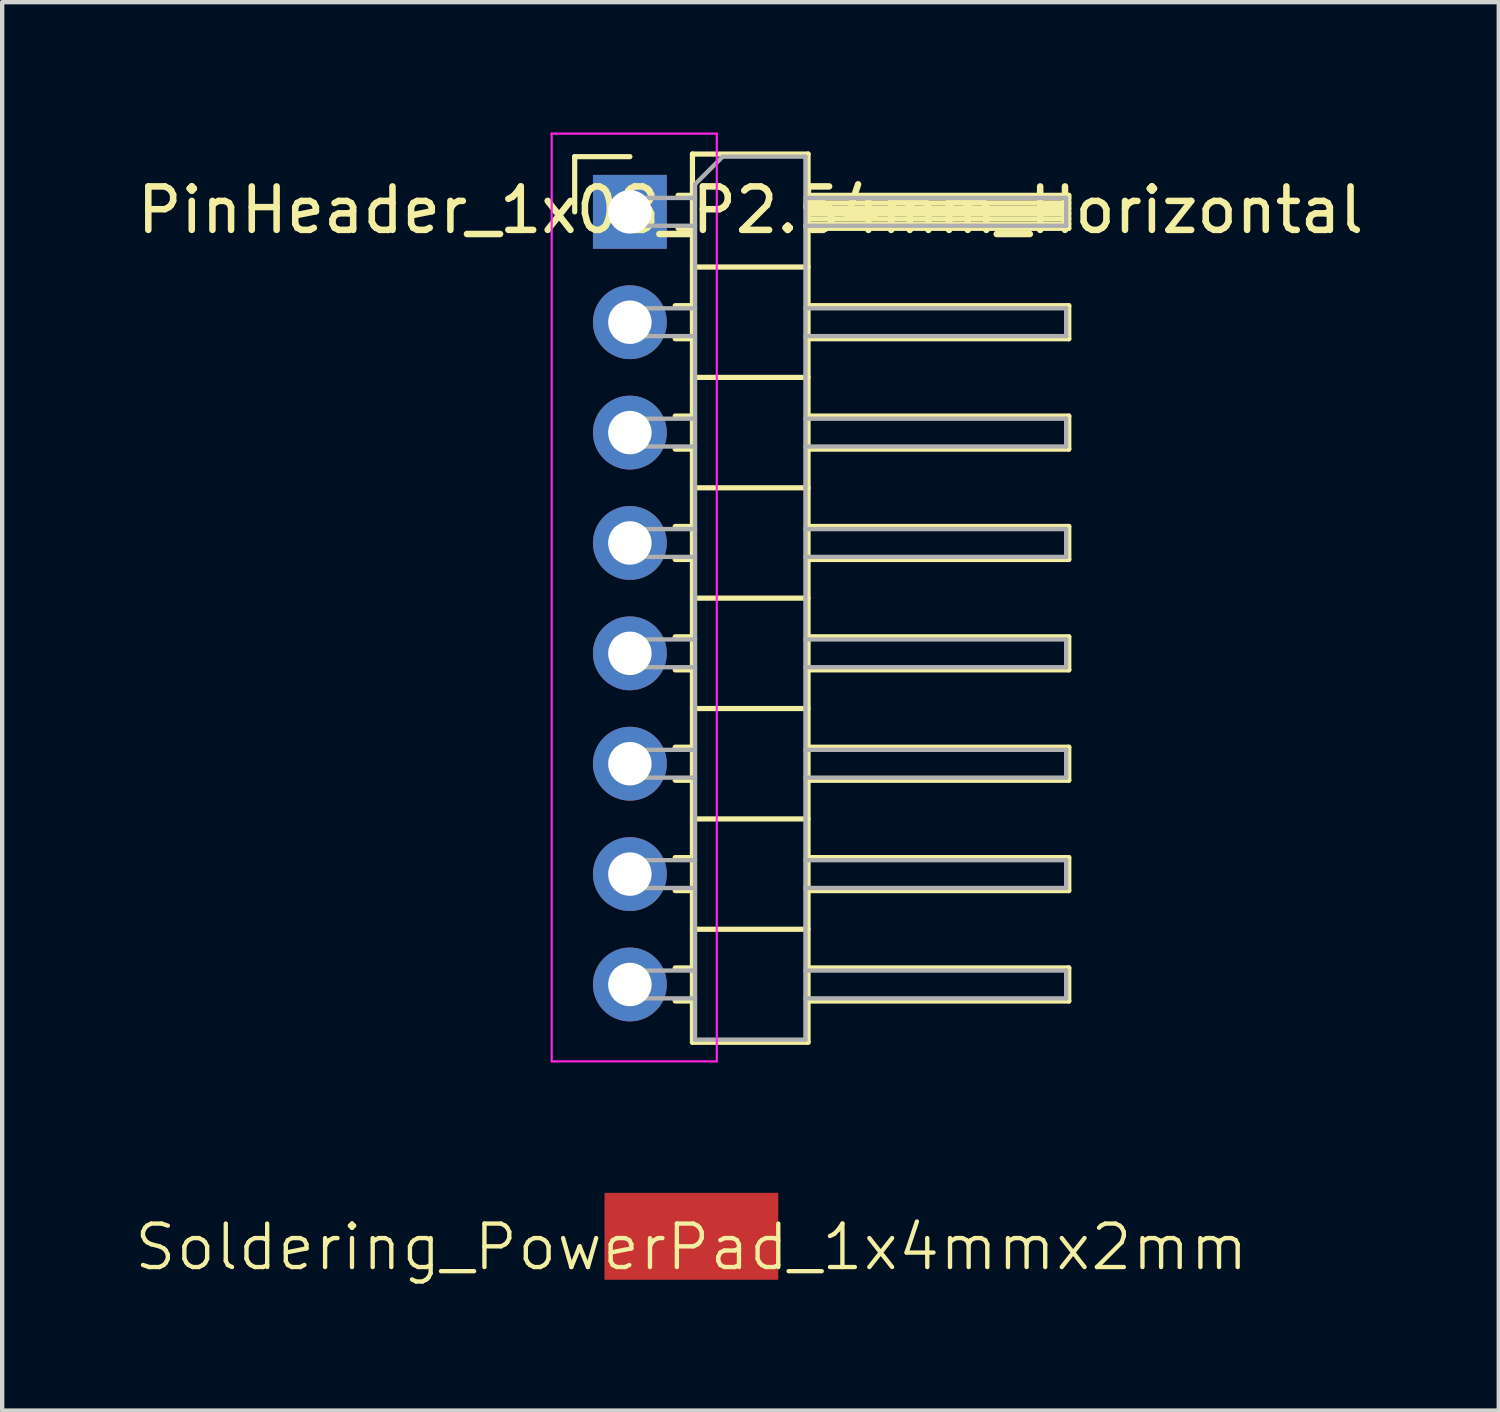
<source format=kicad_pcb>
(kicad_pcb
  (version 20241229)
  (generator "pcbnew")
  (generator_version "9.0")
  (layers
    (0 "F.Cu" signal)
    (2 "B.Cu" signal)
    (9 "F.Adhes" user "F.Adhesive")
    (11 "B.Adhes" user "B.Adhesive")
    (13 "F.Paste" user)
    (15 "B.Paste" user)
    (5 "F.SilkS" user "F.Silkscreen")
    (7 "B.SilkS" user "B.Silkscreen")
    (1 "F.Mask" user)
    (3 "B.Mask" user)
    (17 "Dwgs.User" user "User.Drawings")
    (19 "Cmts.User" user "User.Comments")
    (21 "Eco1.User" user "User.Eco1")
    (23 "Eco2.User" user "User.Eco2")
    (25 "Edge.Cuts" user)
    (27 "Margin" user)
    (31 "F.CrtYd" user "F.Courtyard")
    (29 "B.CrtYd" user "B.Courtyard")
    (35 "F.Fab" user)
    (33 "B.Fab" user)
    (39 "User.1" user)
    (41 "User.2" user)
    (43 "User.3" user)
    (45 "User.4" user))
  (footprint "Soldering_PowerPad_1x4mmx2mm"
    (layer "F.Cu")
    (at 12.86 25.4)
    (property "Reference" "Soldering_PowerPad_1x4mmx2mm" (at 0 0.25 0) (unlocked yes) (layer "F.SilkS") (effects (font (size 1 1) (thickness 0.1))))
    (attr smd)
    (pad "1" smd rect (at 0 0) (size 4 2) (layers "F.Cu" "F.Mask" "F.Paste")))
  (footprint "PinHeader_1x08_P2.54mm_Horizontal"
    (layer "F.Cu")
    (at 11.445 1.825)
    (property "Reference" "PinHeader_1x08_P2.54mm_Horizontal" (at 2.775 -0.04 180) (layer "F.SilkS") (effects (font (size 1 1) (thickness 0.15))))
    (attr through_hole board_only)
    (fp_line (start -1.27 -1.27) (end 0 -1.27) (stroke (width 0.12) (type solid)) (layer "F.SilkS"))
    (fp_line (start -1.27 0) (end -1.27 -1.27) (stroke (width 0.12) (type solid)) (layer "F.SilkS"))
    (fp_line (start 1.043 2.16) (end 1.44 2.16) (stroke (width 0.12) (type solid)) (layer "F.SilkS"))
    (fp_line (start 1.043 2.92) (end 1.44 2.92) (stroke (width 0.12) (type solid)) (layer "F.SilkS"))
    (fp_line (start 1.043 4.7) (end 1.44 4.7) (stroke (width 0.12) (type solid)) (layer "F.SilkS"))
    (fp_line (start 1.043 5.46) (end 1.44 5.46) (stroke (width 0.12) (type solid)) (layer "F.SilkS"))
    (fp_line (start 1.043 7.24) (end 1.44 7.24) (stroke (width 0.12) (type solid)) (layer "F.SilkS"))
    (fp_line (start 1.043 8) (end 1.44 8) (stroke (width 0.12) (type solid)) (layer "F.SilkS"))
    (fp_line (start 1.043 9.78) (end 1.44 9.78) (stroke (width 0.12) (type solid)) (layer "F.SilkS"))
    (fp_line (start 1.043 10.54) (end 1.44 10.54) (stroke (width 0.12) (type solid)) (layer "F.SilkS"))
    (fp_line (start 1.043 12.32) (end 1.44 12.32) (stroke (width 0.12) (type solid)) (layer "F.SilkS"))
    (fp_line (start 1.043 13.08) (end 1.44 13.08) (stroke (width 0.12) (type solid)) (layer "F.SilkS"))
    (fp_line (start 1.043 14.86) (end 1.44 14.86) (stroke (width 0.12) (type solid)) (layer "F.SilkS"))
    (fp_line (start 1.043 15.62) (end 1.44 15.62) (stroke (width 0.12) (type solid)) (layer "F.SilkS"))
    (fp_line (start 1.043 17.4) (end 1.44 17.4) (stroke (width 0.12) (type solid)) (layer "F.SilkS"))
    (fp_line (start 1.043 18.16) (end 1.44 18.16) (stroke (width 0.12) (type solid)) (layer "F.SilkS"))
    (fp_line (start 1.11 -0.38) (end 1.44 -0.38) (stroke (width 0.12) (type solid)) (layer "F.SilkS"))
    (fp_line (start 1.11 0.38) (end 1.44 0.38) (stroke (width 0.12) (type solid)) (layer "F.SilkS"))
    (fp_line (start 1.44 -1.33) (end 1.44 19.11) (stroke (width 0.12) (type solid)) (layer "F.SilkS"))
    (fp_line (start 1.44 1.27) (end 4.1 1.27) (stroke (width 0.12) (type solid)) (layer "F.SilkS"))
    (fp_line (start 1.44 3.81) (end 4.1 3.81) (stroke (width 0.12) (type solid)) (layer "F.SilkS"))
    (fp_line (start 1.44 6.35) (end 4.1 6.35) (stroke (width 0.12) (type solid)) (layer "F.SilkS"))
    (fp_line (start 1.44 8.89) (end 4.1 8.89) (stroke (width 0.12) (type solid)) (layer "F.SilkS"))
    (fp_line (start 1.44 11.43) (end 4.1 11.43) (stroke (width 0.12) (type solid)) (layer "F.SilkS"))
    (fp_line (start 1.44 13.97) (end 4.1 13.97) (stroke (width 0.12) (type solid)) (layer "F.SilkS"))
    (fp_line (start 1.44 16.51) (end 4.1 16.51) (stroke (width 0.12) (type solid)) (layer "F.SilkS"))
    (fp_line (start 1.44 19.11) (end 4.1 19.11) (stroke (width 0.12) (type solid)) (layer "F.SilkS"))
    (fp_line (start 4.1 -1.33) (end 1.44 -1.33) (stroke (width 0.12) (type solid)) (layer "F.SilkS"))
    (fp_line (start 4.1 -0.38) (end 10.1 -0.38) (stroke (width 0.12) (type solid)) (layer "F.SilkS"))
    (fp_line (start 4.1 -0.32) (end 10.1 -0.32) (stroke (width 0.12) (type solid)) (layer "F.SilkS"))
    (fp_line (start 4.1 -0.2) (end 10.1 -0.2) (stroke (width 0.12) (type solid)) (layer "F.SilkS"))
    (fp_line (start 4.1 -0.08) (end 10.1 -0.08) (stroke (width 0.12) (type solid)) (layer "F.SilkS"))
    (fp_line (start 4.1 0.04) (end 10.1 0.04) (stroke (width 0.12) (type solid)) (layer "F.SilkS"))
    (fp_line (start 4.1 0.16) (end 10.1 0.16) (stroke (width 0.12) (type solid)) (layer "F.SilkS"))
    (fp_line (start 4.1 0.28) (end 10.1 0.28) (stroke (width 0.12) (type solid)) (layer "F.SilkS"))
    (fp_line (start 4.1 2.16) (end 10.1 2.16) (stroke (width 0.12) (type solid)) (layer "F.SilkS"))
    (fp_line (start 4.1 4.7) (end 10.1 4.7) (stroke (width 0.12) (type solid)) (layer "F.SilkS"))
    (fp_line (start 4.1 7.24) (end 10.1 7.24) (stroke (width 0.12) (type solid)) (layer "F.SilkS"))
    (fp_line (start 4.1 9.78) (end 10.1 9.78) (stroke (width 0.12) (type solid)) (layer "F.SilkS"))
    (fp_line (start 4.1 12.32) (end 10.1 12.32) (stroke (width 0.12) (type solid)) (layer "F.SilkS"))
    (fp_line (start 4.1 14.86) (end 10.1 14.86) (stroke (width 0.12) (type solid)) (layer "F.SilkS"))
    (fp_line (start 4.1 17.4) (end 10.1 17.4) (stroke (width 0.12) (type solid)) (layer "F.SilkS"))
    (fp_line (start 4.1 19.11) (end 4.1 -1.33) (stroke (width 0.12) (type solid)) (layer "F.SilkS"))
    (fp_line (start 10.1 -0.38) (end 10.1 0.38) (stroke (width 0.12) (type solid)) (layer "F.SilkS"))
    (fp_line (start 10.1 0.38) (end 4.1 0.38) (stroke (width 0.12) (type solid)) (layer "F.SilkS"))
    (fp_line (start 10.1 2.16) (end 10.1 2.92) (stroke (width 0.12) (type solid)) (layer "F.SilkS"))
    (fp_line (start 10.1 2.92) (end 4.1 2.92) (stroke (width 0.12) (type solid)) (layer "F.SilkS"))
    (fp_line (start 10.1 4.7) (end 10.1 5.46) (stroke (width 0.12) (type solid)) (layer "F.SilkS"))
    (fp_line (start 10.1 5.46) (end 4.1 5.46) (stroke (width 0.12) (type solid)) (layer "F.SilkS"))
    (fp_line (start 10.1 7.24) (end 10.1 8) (stroke (width 0.12) (type solid)) (layer "F.SilkS"))
    (fp_line (start 10.1 8) (end 4.1 8) (stroke (width 0.12) (type solid)) (layer "F.SilkS"))
    (fp_line (start 10.1 9.78) (end 10.1 10.54) (stroke (width 0.12) (type solid)) (layer "F.SilkS"))
    (fp_line (start 10.1 10.54) (end 4.1 10.54) (stroke (width 0.12) (type solid)) (layer "F.SilkS"))
    (fp_line (start 10.1 12.32) (end 10.1 13.08) (stroke (width 0.12) (type solid)) (layer "F.SilkS"))
    (fp_line (start 10.1 13.08) (end 4.1 13.08) (stroke (width 0.12) (type solid)) (layer "F.SilkS"))
    (fp_line (start 10.1 14.86) (end 10.1 15.62) (stroke (width 0.12) (type solid)) (layer "F.SilkS"))
    (fp_line (start 10.1 15.62) (end 4.1 15.62) (stroke (width 0.12) (type solid)) (layer "F.SilkS"))
    (fp_line (start 10.1 17.4) (end 10.1 18.16) (stroke (width 0.12) (type solid)) (layer "F.SilkS"))
    (fp_line (start 10.1 18.16) (end 4.1 18.16) (stroke (width 0.12) (type solid)) (layer "F.SilkS"))
    (fp_line (start -1.8 -1.8) (end -1.8 19.55) (stroke (width 0.05) (type solid)) (layer "F.CrtYd"))
    (fp_line (start -1.8 19.55) (end 2 19.55) (stroke (width 0.05) (type solid)) (layer "F.CrtYd"))
    (fp_line (start 2 -1.8) (end -1.8 -1.8) (stroke (width 0.05) (type solid)) (layer "F.CrtYd"))
    (fp_line (start 2 19.55) (end 2 -1.8) (stroke (width 0.05) (type solid)) (layer "F.CrtYd"))
    (fp_line (start -0.32 -0.32) (end -0.32 0.32) (stroke (width 0.1) (type solid)) (layer "F.Fab"))
    (fp_line (start -0.32 -0.32) (end 1.5 -0.32) (stroke (width 0.1) (type solid)) (layer "F.Fab"))
    (fp_line (start -0.32 0.32) (end 1.5 0.32) (stroke (width 0.1) (type solid)) (layer "F.Fab"))
    (fp_line (start -0.32 2.22) (end -0.32 2.86) (stroke (width 0.1) (type solid)) (layer "F.Fab"))
    (fp_line (start -0.32 2.22) (end 1.5 2.22) (stroke (width 0.1) (type solid)) (layer "F.Fab"))
    (fp_line (start -0.32 2.86) (end 1.5 2.86) (stroke (width 0.1) (type solid)) (layer "F.Fab"))
    (fp_line (start -0.32 4.76) (end -0.32 5.4) (stroke (width 0.1) (type solid)) (layer "F.Fab"))
    (fp_line (start -0.32 4.76) (end 1.5 4.76) (stroke (width 0.1) (type solid)) (layer "F.Fab"))
    (fp_line (start -0.32 5.4) (end 1.5 5.4) (stroke (width 0.1) (type solid)) (layer "F.Fab"))
    (fp_line (start -0.32 7.3) (end -0.32 7.94) (stroke (width 0.1) (type solid)) (layer "F.Fab"))
    (fp_line (start -0.32 7.3) (end 1.5 7.3) (stroke (width 0.1) (type solid)) (layer "F.Fab"))
    (fp_line (start -0.32 7.94) (end 1.5 7.94) (stroke (width 0.1) (type solid)) (layer "F.Fab"))
    (fp_line (start -0.32 9.84) (end -0.32 10.48) (stroke (width 0.1) (type solid)) (layer "F.Fab"))
    (fp_line (start -0.32 9.84) (end 1.5 9.84) (stroke (width 0.1) (type solid)) (layer "F.Fab"))
    (fp_line (start -0.32 10.48) (end 1.5 10.48) (stroke (width 0.1) (type solid)) (layer "F.Fab"))
    (fp_line (start -0.32 12.38) (end -0.32 13.02) (stroke (width 0.1) (type solid)) (layer "F.Fab"))
    (fp_line (start -0.32 12.38) (end 1.5 12.38) (stroke (width 0.1) (type solid)) (layer "F.Fab"))
    (fp_line (start -0.32 13.02) (end 1.5 13.02) (stroke (width 0.1) (type solid)) (layer "F.Fab"))
    (fp_line (start -0.32 14.92) (end -0.32 15.56) (stroke (width 0.1) (type solid)) (layer "F.Fab"))
    (fp_line (start -0.32 14.92) (end 1.5 14.92) (stroke (width 0.1) (type solid)) (layer "F.Fab"))
    (fp_line (start -0.32 15.56) (end 1.5 15.56) (stroke (width 0.1) (type solid)) (layer "F.Fab"))
    (fp_line (start -0.32 17.46) (end -0.32 18.1) (stroke (width 0.1) (type solid)) (layer "F.Fab"))
    (fp_line (start -0.32 17.46) (end 1.5 17.46) (stroke (width 0.1) (type solid)) (layer "F.Fab"))
    (fp_line (start -0.32 18.1) (end 1.5 18.1) (stroke (width 0.1) (type solid)) (layer "F.Fab"))
    (fp_line (start 1.5 -0.635) (end 2.135 -1.27) (stroke (width 0.1) (type solid)) (layer "F.Fab"))
    (fp_line (start 1.5 19.05) (end 1.5 -0.635) (stroke (width 0.1) (type solid)) (layer "F.Fab"))
    (fp_line (start 2.135 -1.27) (end 4.04 -1.27) (stroke (width 0.1) (type solid)) (layer "F.Fab"))
    (fp_line (start 4.04 -1.27) (end 4.04 19.05) (stroke (width 0.1) (type solid)) (layer "F.Fab"))
    (fp_line (start 4.04 -0.32) (end 10.04 -0.32) (stroke (width 0.1) (type solid)) (layer "F.Fab"))
    (fp_line (start 4.04 0.32) (end 10.04 0.32) (stroke (width 0.1) (type solid)) (layer "F.Fab"))
    (fp_line (start 4.04 2.22) (end 10.04 2.22) (stroke (width 0.1) (type solid)) (layer "F.Fab"))
    (fp_line (start 4.04 2.86) (end 10.04 2.86) (stroke (width 0.1) (type solid)) (layer "F.Fab"))
    (fp_line (start 4.04 4.76) (end 10.04 4.76) (stroke (width 0.1) (type solid)) (layer "F.Fab"))
    (fp_line (start 4.04 5.4) (end 10.04 5.4) (stroke (width 0.1) (type solid)) (layer "F.Fab"))
    (fp_line (start 4.04 7.3) (end 10.04 7.3) (stroke (width 0.1) (type solid)) (layer "F.Fab"))
    (fp_line (start 4.04 7.94) (end 10.04 7.94) (stroke (width 0.1) (type solid)) (layer "F.Fab"))
    (fp_line (start 4.04 9.84) (end 10.04 9.84) (stroke (width 0.1) (type solid)) (layer "F.Fab"))
    (fp_line (start 4.04 10.48) (end 10.04 10.48) (stroke (width 0.1) (type solid)) (layer "F.Fab"))
    (fp_line (start 4.04 12.38) (end 10.04 12.38) (stroke (width 0.1) (type solid)) (layer "F.Fab"))
    (fp_line (start 4.04 13.02) (end 10.04 13.02) (stroke (width 0.1) (type solid)) (layer "F.Fab"))
    (fp_line (start 4.04 14.92) (end 10.04 14.92) (stroke (width 0.1) (type solid)) (layer "F.Fab"))
    (fp_line (start 4.04 15.56) (end 10.04 15.56) (stroke (width 0.1) (type solid)) (layer "F.Fab"))
    (fp_line (start 4.04 17.46) (end 10.04 17.46) (stroke (width 0.1) (type solid)) (layer "F.Fab"))
    (fp_line (start 4.04 18.1) (end 10.04 18.1) (stroke (width 0.1) (type solid)) (layer "F.Fab"))
    (fp_line (start 4.04 19.05) (end 1.5 19.05) (stroke (width 0.1) (type solid)) (layer "F.Fab"))
    (fp_line (start 10.04 -0.32) (end 10.04 0.32) (stroke (width 0.1) (type solid)) (layer "F.Fab"))
    (fp_line (start 10.04 2.22) (end 10.04 2.86) (stroke (width 0.1) (type solid)) (layer "F.Fab"))
    (fp_line (start 10.04 4.76) (end 10.04 5.4) (stroke (width 0.1) (type solid)) (layer "F.Fab"))
    (fp_line (start 10.04 7.3) (end 10.04 7.94) (stroke (width 0.1) (type solid)) (layer "F.Fab"))
    (fp_line (start 10.04 9.84) (end 10.04 10.48) (stroke (width 0.1) (type solid)) (layer "F.Fab"))
    (fp_line (start 10.04 12.38) (end 10.04 13.02) (stroke (width 0.1) (type solid)) (layer "F.Fab"))
    (fp_line (start 10.04 14.92) (end 10.04 15.56) (stroke (width 0.1) (type solid)) (layer "F.Fab"))
    (fp_line (start 10.04 17.46) (end 10.04 18.1) (stroke (width 0.1) (type solid)) (layer "F.Fab"))
    (pad "1" thru_hole rect (at 0 0) (size 1.7 1.7) (drill 1) (layers "*.Cu" "*.Mask"))
    (pad "2" thru_hole oval (at 0 2.54) (size 1.7 1.7) (drill 1) (layers "*.Cu" "*.Mask"))
    (pad "3" thru_hole oval (at 0 5.08) (size 1.7 1.7) (drill 1) (layers "*.Cu" "*.Mask"))
    (pad "4" thru_hole oval (at 0 7.62) (size 1.7 1.7) (drill 1) (layers "*.Cu" "*.Mask"))
    (pad "5" thru_hole oval (at 0 10.16) (size 1.7 1.7) (drill 1) (layers "*.Cu" "*.Mask"))
    (pad "6" thru_hole oval (at 0 12.7) (size 1.7 1.7) (drill 1) (layers "*.Cu" "*.Mask"))
    (pad "7" thru_hole oval (at 0 15.24) (size 1.7 1.7) (drill 1) (layers "*.Cu" "*.Mask"))
    (pad "8" thru_hole oval (at 0 17.78) (size 1.7 1.7) (drill 1) (layers "*.Cu" "*.Mask")))
  (gr_rect
    (start -3 -3)
    (end 31.44 29.41)
    (stroke (width 0.1) (type default))
    (fill no)
    (layer "Edge.Cuts")))
</source>
